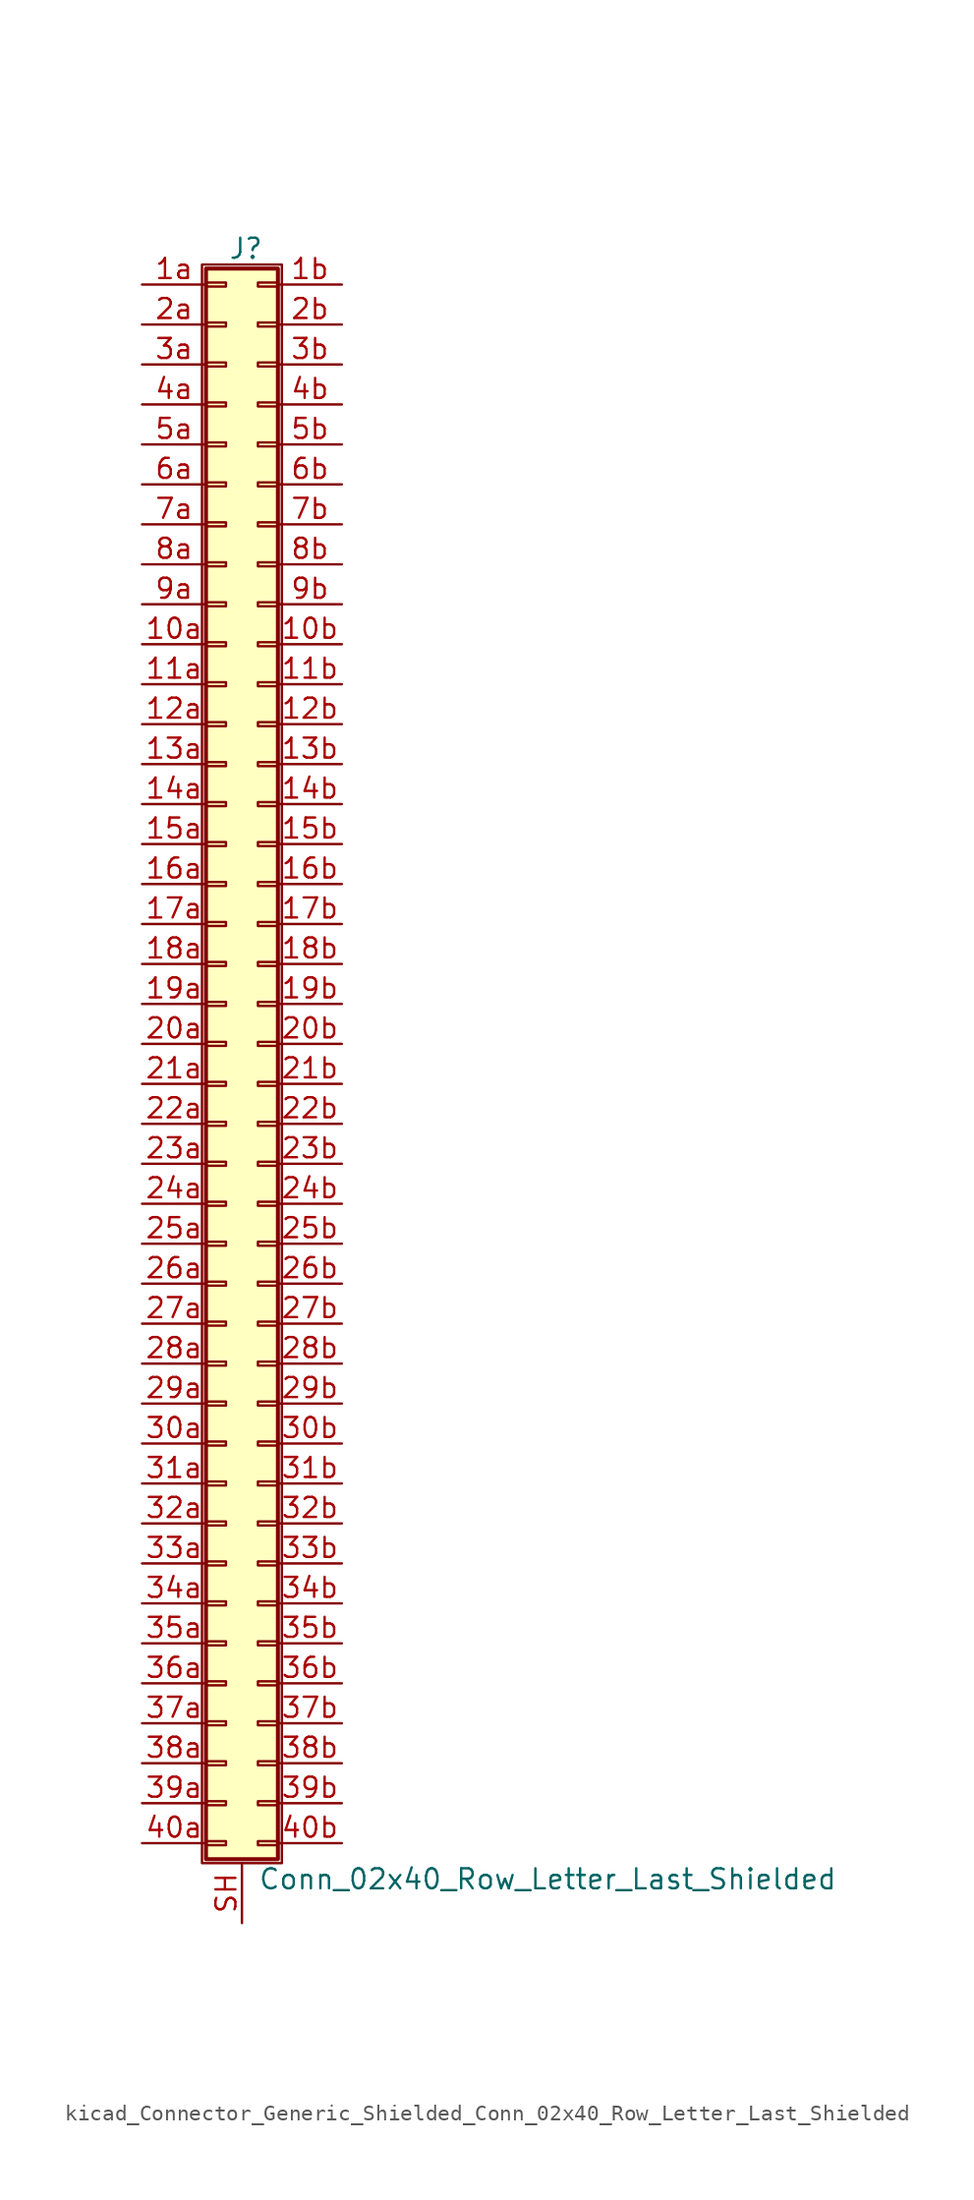
<source format=kicad_sym>
(kicad_symbol_lib
  (version 20220914)
  (generator kicad_symbol_editor)
  (symbol "kicad_Connector_Generic_Shielded_Conn_02x40_Row_Letter_Last_Shielded"
    (pin_names
      (offset 1.016) hide)
    (property "Reference" "J"
      (at 1.524 50.546 0)
      (effects (font (size 1.27 1.27))))
    (property "Value" "Conn_02x40_Row_Letter_Last_Shielded"
      (at 2.286 -53.086 0)
      (effects (font (size 1.27 1.27)) (justify left)))
    (symbol "kicad_Connector_Generic_Shielded_Conn_02x40_Row_Letter_Last_Shielded_1_1"
      (rectangle (start -1.27 49.53) (end 3.81 -52.07) (stroke (width 0.152) (type default)) (fill (type none)))
      (rectangle (start -1.016 -50.673) (end 0.254 -50.927) (stroke (width 0.152) (type default)) (fill (type none)))
      (rectangle (start -1.016 -48.133) (end 0.254 -48.387) (stroke (width 0.152) (type default)) (fill (type none)))
      (rectangle (start -1.016 -45.593) (end 0.254 -45.847) (stroke (width 0.152) (type default)) (fill (type none)))
      (rectangle (start -1.016 -43.053) (end 0.254 -43.307) (stroke (width 0.152) (type default)) (fill (type none)))
      (rectangle (start -1.016 -40.513) (end 0.254 -40.767) (stroke (width 0.152) (type default)) (fill (type none)))
      (rectangle (start -1.016 -37.973) (end 0.254 -38.227) (stroke (width 0.152) (type default)) (fill (type none)))
      (rectangle (start -1.016 -35.433) (end 0.254 -35.687) (stroke (width 0.152) (type default)) (fill (type none)))
      (rectangle (start -1.016 -32.893) (end 0.254 -33.147) (stroke (width 0.152) (type default)) (fill (type none)))
      (rectangle (start -1.016 -30.353) (end 0.254 -30.607) (stroke (width 0.152) (type default)) (fill (type none)))
      (rectangle (start -1.016 -27.813) (end 0.254 -28.067) (stroke (width 0.152) (type default)) (fill (type none)))
      (rectangle (start -1.016 -25.273) (end 0.254 -25.527) (stroke (width 0.152) (type default)) (fill (type none)))
      (rectangle (start -1.016 -22.733) (end 0.254 -22.987) (stroke (width 0.152) (type default)) (fill (type none)))
      (rectangle (start -1.016 -20.193) (end 0.254 -20.447) (stroke (width 0.152) (type default)) (fill (type none)))
      (rectangle (start -1.016 -17.653) (end 0.254 -17.907) (stroke (width 0.152) (type default)) (fill (type none)))
      (rectangle (start -1.016 -15.113) (end 0.254 -15.367) (stroke (width 0.152) (type default)) (fill (type none)))
      (rectangle (start -1.016 -12.573) (end 0.254 -12.827) (stroke (width 0.152) (type default)) (fill (type none)))
      (rectangle (start -1.016 -10.033) (end 0.254 -10.287) (stroke (width 0.152) (type default)) (fill (type none)))
      (rectangle (start -1.016 -7.493) (end 0.254 -7.747) (stroke (width 0.152) (type default)) (fill (type none)))
      (rectangle (start -1.016 -4.953) (end 0.254 -5.207) (stroke (width 0.152) (type default)) (fill (type none)))
      (rectangle (start -1.016 -2.413) (end 0.254 -2.667) (stroke (width 0.152) (type default)) (fill (type none)))
      (rectangle (start -1.016 0.127) (end 0.254 -0.127) (stroke (width 0.152) (type default)) (fill (type none)))
      (rectangle (start -1.016 2.667) (end 0.254 2.413) (stroke (width 0.152) (type default)) (fill (type none)))
      (rectangle (start -1.016 5.207) (end 0.254 4.953) (stroke (width 0.152) (type default)) (fill (type none)))
      (rectangle (start -1.016 7.747) (end 0.254 7.493) (stroke (width 0.152) (type default)) (fill (type none)))
      (rectangle (start -1.016 10.287) (end 0.254 10.033) (stroke (width 0.152) (type default)) (fill (type none)))
      (rectangle (start -1.016 12.827) (end 0.254 12.573) (stroke (width 0.152) (type default)) (fill (type none)))
      (rectangle (start -1.016 15.367) (end 0.254 15.113) (stroke (width 0.152) (type default)) (fill (type none)))
      (rectangle (start -1.016 17.907) (end 0.254 17.653) (stroke (width 0.152) (type default)) (fill (type none)))
      (rectangle (start -1.016 20.447) (end 0.254 20.193) (stroke (width 0.152) (type default)) (fill (type none)))
      (rectangle (start -1.016 22.987) (end 0.254 22.733) (stroke (width 0.152) (type default)) (fill (type none)))
      (rectangle (start -1.016 25.527) (end 0.254 25.273) (stroke (width 0.152) (type default)) (fill (type none)))
      (rectangle (start -1.016 28.067) (end 0.254 27.813) (stroke (width 0.152) (type default)) (fill (type none)))
      (rectangle (start -1.016 30.607) (end 0.254 30.353) (stroke (width 0.152) (type default)) (fill (type none)))
      (rectangle (start -1.016 33.147) (end 0.254 32.893) (stroke (width 0.152) (type default)) (fill (type none)))
      (rectangle (start -1.016 35.687) (end 0.254 35.433) (stroke (width 0.152) (type default)) (fill (type none)))
      (rectangle (start -1.016 38.227) (end 0.254 37.973) (stroke (width 0.152) (type default)) (fill (type none)))
      (rectangle (start -1.016 40.767) (end 0.254 40.513) (stroke (width 0.152) (type default)) (fill (type none)))
      (rectangle (start -1.016 43.307) (end 0.254 43.053) (stroke (width 0.152) (type default)) (fill (type none)))
      (rectangle (start -1.016 45.847) (end 0.254 45.593) (stroke (width 0.152) (type default)) (fill (type none)))
      (rectangle (start -1.016 48.387) (end 0.254 48.133) (stroke (width 0.152) (type default)) (fill (type none)))
      (rectangle (start -1.016 49.276) (end 3.556 -51.816) (stroke (width 0.254) (type default)) (fill (type background)))
      (rectangle (start 3.556 -50.673) (end 2.286 -50.927) (stroke (width 0.152) (type default)) (fill (type none)))
      (rectangle (start 3.556 -48.133) (end 2.286 -48.387) (stroke (width 0.152) (type default)) (fill (type none)))
      (rectangle (start 3.556 -45.593) (end 2.286 -45.847) (stroke (width 0.152) (type default)) (fill (type none)))
      (rectangle (start 3.556 -43.053) (end 2.286 -43.307) (stroke (width 0.152) (type default)) (fill (type none)))
      (rectangle (start 3.556 -40.513) (end 2.286 -40.767) (stroke (width 0.152) (type default)) (fill (type none)))
      (rectangle (start 3.556 -37.973) (end 2.286 -38.227) (stroke (width 0.152) (type default)) (fill (type none)))
      (rectangle (start 3.556 -35.433) (end 2.286 -35.687) (stroke (width 0.152) (type default)) (fill (type none)))
      (rectangle (start 3.556 -32.893) (end 2.286 -33.147) (stroke (width 0.152) (type default)) (fill (type none)))
      (rectangle (start 3.556 -30.353) (end 2.286 -30.607) (stroke (width 0.152) (type default)) (fill (type none)))
      (rectangle (start 3.556 -27.813) (end 2.286 -28.067) (stroke (width 0.152) (type default)) (fill (type none)))
      (rectangle (start 3.556 -25.273) (end 2.286 -25.527) (stroke (width 0.152) (type default)) (fill (type none)))
      (rectangle (start 3.556 -22.733) (end 2.286 -22.987) (stroke (width 0.152) (type default)) (fill (type none)))
      (rectangle (start 3.556 -20.193) (end 2.286 -20.447) (stroke (width 0.152) (type default)) (fill (type none)))
      (rectangle (start 3.556 -17.653) (end 2.286 -17.907) (stroke (width 0.152) (type default)) (fill (type none)))
      (rectangle (start 3.556 -15.113) (end 2.286 -15.367) (stroke (width 0.152) (type default)) (fill (type none)))
      (rectangle (start 3.556 -12.573) (end 2.286 -12.827) (stroke (width 0.152) (type default)) (fill (type none)))
      (rectangle (start 3.556 -10.033) (end 2.286 -10.287) (stroke (width 0.152) (type default)) (fill (type none)))
      (rectangle (start 3.556 -7.493) (end 2.286 -7.747) (stroke (width 0.152) (type default)) (fill (type none)))
      (rectangle (start 3.556 -4.953) (end 2.286 -5.207) (stroke (width 0.152) (type default)) (fill (type none)))
      (rectangle (start 3.556 -2.413) (end 2.286 -2.667) (stroke (width 0.152) (type default)) (fill (type none)))
      (rectangle (start 3.556 0.127) (end 2.286 -0.127) (stroke (width 0.152) (type default)) (fill (type none)))
      (rectangle (start 3.556 2.667) (end 2.286 2.413) (stroke (width 0.152) (type default)) (fill (type none)))
      (rectangle (start 3.556 5.207) (end 2.286 4.953) (stroke (width 0.152) (type default)) (fill (type none)))
      (rectangle (start 3.556 7.747) (end 2.286 7.493) (stroke (width 0.152) (type default)) (fill (type none)))
      (rectangle (start 3.556 10.287) (end 2.286 10.033) (stroke (width 0.152) (type default)) (fill (type none)))
      (rectangle (start 3.556 12.827) (end 2.286 12.573) (stroke (width 0.152) (type default)) (fill (type none)))
      (rectangle (start 3.556 15.367) (end 2.286 15.113) (stroke (width 0.152) (type default)) (fill (type none)))
      (rectangle (start 3.556 17.907) (end 2.286 17.653) (stroke (width 0.152) (type default)) (fill (type none)))
      (rectangle (start 3.556 20.447) (end 2.286 20.193) (stroke (width 0.152) (type default)) (fill (type none)))
      (rectangle (start 3.556 22.987) (end 2.286 22.733) (stroke (width 0.152) (type default)) (fill (type none)))
      (rectangle (start 3.556 25.527) (end 2.286 25.273) (stroke (width 0.152) (type default)) (fill (type none)))
      (rectangle (start 3.556 28.067) (end 2.286 27.813) (stroke (width 0.152) (type default)) (fill (type none)))
      (rectangle (start 3.556 30.607) (end 2.286 30.353) (stroke (width 0.152) (type default)) (fill (type none)))
      (rectangle (start 3.556 33.147) (end 2.286 32.893) (stroke (width 0.152) (type default)) (fill (type none)))
      (rectangle (start 3.556 35.687) (end 2.286 35.433) (stroke (width 0.152) (type default)) (fill (type none)))
      (rectangle (start 3.556 38.227) (end 2.286 37.973) (stroke (width 0.152) (type default)) (fill (type none)))
      (rectangle (start 3.556 40.767) (end 2.286 40.513) (stroke (width 0.152) (type default)) (fill (type none)))
      (rectangle (start 3.556 43.307) (end 2.286 43.053) (stroke (width 0.152) (type default)) (fill (type none)))
      (rectangle (start 3.556 45.847) (end 2.286 45.593) (stroke (width 0.152) (type default)) (fill (type none)))
      (rectangle (start 3.556 48.387) (end 2.286 48.133) (stroke (width 0.152) (type default)) (fill (type none)))
      (pin passive line (at -5.08 25.4 0) (length 4.064) (name "Pin_10a" (effects (font (size 1.27 1.27)))) (number "10a" (effects (font (size 1.27 1.27)))))
      (pin passive line (at 7.62 25.4 180) (length 4.064) (name "Pin_10b" (effects (font (size 1.27 1.27)))) (number "10b" (effects (font (size 1.27 1.27)))))
      (pin passive line (at -5.08 22.86 0) (length 4.064) (name "Pin_11a" (effects (font (size 1.27 1.27)))) (number "11a" (effects (font (size 1.27 1.27)))))
      (pin passive line (at 7.62 22.86 180) (length 4.064) (name "Pin_11b" (effects (font (size 1.27 1.27)))) (number "11b" (effects (font (size 1.27 1.27)))))
      (pin passive line (at -5.08 20.32 0) (length 4.064) (name "Pin_12a" (effects (font (size 1.27 1.27)))) (number "12a" (effects (font (size 1.27 1.27)))))
      (pin passive line (at 7.62 20.32 180) (length 4.064) (name "Pin_12b" (effects (font (size 1.27 1.27)))) (number "12b" (effects (font (size 1.27 1.27)))))
      (pin passive line (at -5.08 17.78 0) (length 4.064) (name "Pin_13a" (effects (font (size 1.27 1.27)))) (number "13a" (effects (font (size 1.27 1.27)))))
      (pin passive line (at 7.62 17.78 180) (length 4.064) (name "Pin_13b" (effects (font (size 1.27 1.27)))) (number "13b" (effects (font (size 1.27 1.27)))))
      (pin passive line (at -5.08 15.24 0) (length 4.064) (name "Pin_14a" (effects (font (size 1.27 1.27)))) (number "14a" (effects (font (size 1.27 1.27)))))
      (pin passive line (at 7.62 15.24 180) (length 4.064) (name "Pin_14b" (effects (font (size 1.27 1.27)))) (number "14b" (effects (font (size 1.27 1.27)))))
      (pin passive line (at -5.08 12.7 0) (length 4.064) (name "Pin_15a" (effects (font (size 1.27 1.27)))) (number "15a" (effects (font (size 1.27 1.27)))))
      (pin passive line (at 7.62 12.7 180) (length 4.064) (name "Pin_15b" (effects (font (size 1.27 1.27)))) (number "15b" (effects (font (size 1.27 1.27)))))
      (pin passive line (at -5.08 10.16 0) (length 4.064) (name "Pin_16a" (effects (font (size 1.27 1.27)))) (number "16a" (effects (font (size 1.27 1.27)))))
      (pin passive line (at 7.62 10.16 180) (length 4.064) (name "Pin_16b" (effects (font (size 1.27 1.27)))) (number "16b" (effects (font (size 1.27 1.27)))))
      (pin passive line (at -5.08 7.62 0) (length 4.064) (name "Pin_17a" (effects (font (size 1.27 1.27)))) (number "17a" (effects (font (size 1.27 1.27)))))
      (pin passive line (at 7.62 7.62 180) (length 4.064) (name "Pin_17b" (effects (font (size 1.27 1.27)))) (number "17b" (effects (font (size 1.27 1.27)))))
      (pin passive line (at -5.08 5.08 0) (length 4.064) (name "Pin_18a" (effects (font (size 1.27 1.27)))) (number "18a" (effects (font (size 1.27 1.27)))))
      (pin passive line (at 7.62 5.08 180) (length 4.064) (name "Pin_18b" (effects (font (size 1.27 1.27)))) (number "18b" (effects (font (size 1.27 1.27)))))
      (pin passive line (at -5.08 2.54 0) (length 4.064) (name "Pin_19a" (effects (font (size 1.27 1.27)))) (number "19a" (effects (font (size 1.27 1.27)))))
      (pin passive line (at 7.62 2.54 180) (length 4.064) (name "Pin_19b" (effects (font (size 1.27 1.27)))) (number "19b" (effects (font (size 1.27 1.27)))))
      (pin passive line (at -5.08 48.26 0) (length 4.064) (name "Pin_1a" (effects (font (size 1.27 1.27)))) (number "1a" (effects (font (size 1.27 1.27)))))
      (pin passive line (at 7.62 48.26 180) (length 4.064) (name "Pin_1b" (effects (font (size 1.27 1.27)))) (number "1b" (effects (font (size 1.27 1.27)))))
      (pin passive line (at -5.08 0 0) (length 4.064) (name "Pin_20a" (effects (font (size 1.27 1.27)))) (number "20a" (effects (font (size 1.27 1.27)))))
      (pin passive line (at 7.62 0 180) (length 4.064) (name "Pin_20b" (effects (font (size 1.27 1.27)))) (number "20b" (effects (font (size 1.27 1.27)))))
      (pin passive line (at -5.08 -2.54 0) (length 4.064) (name "Pin_21a" (effects (font (size 1.27 1.27)))) (number "21a" (effects (font (size 1.27 1.27)))))
      (pin passive line (at 7.62 -2.54 180) (length 4.064) (name "Pin_21b" (effects (font (size 1.27 1.27)))) (number "21b" (effects (font (size 1.27 1.27)))))
      (pin passive line (at -5.08 -5.08 0) (length 4.064) (name "Pin_22a" (effects (font (size 1.27 1.27)))) (number "22a" (effects (font (size 1.27 1.27)))))
      (pin passive line (at 7.62 -5.08 180) (length 4.064) (name "Pin_22b" (effects (font (size 1.27 1.27)))) (number "22b" (effects (font (size 1.27 1.27)))))
      (pin passive line (at -5.08 -7.62 0) (length 4.064) (name "Pin_23a" (effects (font (size 1.27 1.27)))) (number "23a" (effects (font (size 1.27 1.27)))))
      (pin passive line (at 7.62 -7.62 180) (length 4.064) (name "Pin_23b" (effects (font (size 1.27 1.27)))) (number "23b" (effects (font (size 1.27 1.27)))))
      (pin passive line (at -5.08 -10.16 0) (length 4.064) (name "Pin_24a" (effects (font (size 1.27 1.27)))) (number "24a" (effects (font (size 1.27 1.27)))))
      (pin passive line (at 7.62 -10.16 180) (length 4.064) (name "Pin_24b" (effects (font (size 1.27 1.27)))) (number "24b" (effects (font (size 1.27 1.27)))))
      (pin passive line (at -5.08 -12.7 0) (length 4.064) (name "Pin_25a" (effects (font (size 1.27 1.27)))) (number "25a" (effects (font (size 1.27 1.27)))))
      (pin passive line (at 7.62 -12.7 180) (length 4.064) (name "Pin_25b" (effects (font (size 1.27 1.27)))) (number "25b" (effects (font (size 1.27 1.27)))))
      (pin passive line (at -5.08 -15.24 0) (length 4.064) (name "Pin_26a" (effects (font (size 1.27 1.27)))) (number "26a" (effects (font (size 1.27 1.27)))))
      (pin passive line (at 7.62 -15.24 180) (length 4.064) (name "Pin_26b" (effects (font (size 1.27 1.27)))) (number "26b" (effects (font (size 1.27 1.27)))))
      (pin passive line (at -5.08 -17.78 0) (length 4.064) (name "Pin_27a" (effects (font (size 1.27 1.27)))) (number "27a" (effects (font (size 1.27 1.27)))))
      (pin passive line (at 7.62 -17.78 180) (length 4.064) (name "Pin_27b" (effects (font (size 1.27 1.27)))) (number "27b" (effects (font (size 1.27 1.27)))))
      (pin passive line (at -5.08 -20.32 0) (length 4.064) (name "Pin_28a" (effects (font (size 1.27 1.27)))) (number "28a" (effects (font (size 1.27 1.27)))))
      (pin passive line (at 7.62 -20.32 180) (length 4.064) (name "Pin_28b" (effects (font (size 1.27 1.27)))) (number "28b" (effects (font (size 1.27 1.27)))))
      (pin passive line (at -5.08 -22.86 0) (length 4.064) (name "Pin_29a" (effects (font (size 1.27 1.27)))) (number "29a" (effects (font (size 1.27 1.27)))))
      (pin passive line (at 7.62 -22.86 180) (length 4.064) (name "Pin_29b" (effects (font (size 1.27 1.27)))) (number "29b" (effects (font (size 1.27 1.27)))))
      (pin passive line (at -5.08 45.72 0) (length 4.064) (name "Pin_2a" (effects (font (size 1.27 1.27)))) (number "2a" (effects (font (size 1.27 1.27)))))
      (pin passive line (at 7.62 45.72 180) (length 4.064) (name "Pin_2b" (effects (font (size 1.27 1.27)))) (number "2b" (effects (font (size 1.27 1.27)))))
      (pin passive line (at -5.08 -25.4 0) (length 4.064) (name "Pin_30a" (effects (font (size 1.27 1.27)))) (number "30a" (effects (font (size 1.27 1.27)))))
      (pin passive line (at 7.62 -25.4 180) (length 4.064) (name "Pin_30b" (effects (font (size 1.27 1.27)))) (number "30b" (effects (font (size 1.27 1.27)))))
      (pin passive line (at -5.08 -27.94 0) (length 4.064) (name "Pin_31a" (effects (font (size 1.27 1.27)))) (number "31a" (effects (font (size 1.27 1.27)))))
      (pin passive line (at 7.62 -27.94 180) (length 4.064) (name "Pin_31b" (effects (font (size 1.27 1.27)))) (number "31b" (effects (font (size 1.27 1.27)))))
      (pin passive line (at -5.08 -30.48 0) (length 4.064) (name "Pin_32a" (effects (font (size 1.27 1.27)))) (number "32a" (effects (font (size 1.27 1.27)))))
      (pin passive line (at 7.62 -30.48 180) (length 4.064) (name "Pin_32b" (effects (font (size 1.27 1.27)))) (number "32b" (effects (font (size 1.27 1.27)))))
      (pin passive line (at -5.08 -33.02 0) (length 4.064) (name "Pin_33a" (effects (font (size 1.27 1.27)))) (number "33a" (effects (font (size 1.27 1.27)))))
      (pin passive line (at 7.62 -33.02 180) (length 4.064) (name "Pin_33b" (effects (font (size 1.27 1.27)))) (number "33b" (effects (font (size 1.27 1.27)))))
      (pin passive line (at -5.08 -35.56 0) (length 4.064) (name "Pin_34a" (effects (font (size 1.27 1.27)))) (number "34a" (effects (font (size 1.27 1.27)))))
      (pin passive line (at 7.62 -35.56 180) (length 4.064) (name "Pin_34b" (effects (font (size 1.27 1.27)))) (number "34b" (effects (font (size 1.27 1.27)))))
      (pin passive line (at -5.08 -38.1 0) (length 4.064) (name "Pin_35a" (effects (font (size 1.27 1.27)))) (number "35a" (effects (font (size 1.27 1.27)))))
      (pin passive line (at 7.62 -38.1 180) (length 4.064) (name "Pin_35b" (effects (font (size 1.27 1.27)))) (number "35b" (effects (font (size 1.27 1.27)))))
      (pin passive line (at -5.08 -40.64 0) (length 4.064) (name "Pin_36a" (effects (font (size 1.27 1.27)))) (number "36a" (effects (font (size 1.27 1.27)))))
      (pin passive line (at 7.62 -40.64 180) (length 4.064) (name "Pin_36b" (effects (font (size 1.27 1.27)))) (number "36b" (effects (font (size 1.27 1.27)))))
      (pin passive line (at -5.08 -43.18 0) (length 4.064) (name "Pin_37a" (effects (font (size 1.27 1.27)))) (number "37a" (effects (font (size 1.27 1.27)))))
      (pin passive line (at 7.62 -43.18 180) (length 4.064) (name "Pin_37b" (effects (font (size 1.27 1.27)))) (number "37b" (effects (font (size 1.27 1.27)))))
      (pin passive line (at -5.08 -45.72 0) (length 4.064) (name "Pin_38a" (effects (font (size 1.27 1.27)))) (number "38a" (effects (font (size 1.27 1.27)))))
      (pin passive line (at 7.62 -45.72 180) (length 4.064) (name "Pin_38b" (effects (font (size 1.27 1.27)))) (number "38b" (effects (font (size 1.27 1.27)))))
      (pin passive line (at -5.08 -48.26 0) (length 4.064) (name "Pin_39a" (effects (font (size 1.27 1.27)))) (number "39a" (effects (font (size 1.27 1.27)))))
      (pin passive line (at 7.62 -48.26 180) (length 4.064) (name "Pin_39b" (effects (font (size 1.27 1.27)))) (number "39b" (effects (font (size 1.27 1.27)))))
      (pin passive line (at -5.08 43.18 0) (length 4.064) (name "Pin_3a" (effects (font (size 1.27 1.27)))) (number "3a" (effects (font (size 1.27 1.27)))))
      (pin passive line (at 7.62 43.18 180) (length 4.064) (name "Pin_3b" (effects (font (size 1.27 1.27)))) (number "3b" (effects (font (size 1.27 1.27)))))
      (pin passive line (at -5.08 -50.8 0) (length 4.064) (name "Pin_40a" (effects (font (size 1.27 1.27)))) (number "40a" (effects (font (size 1.27 1.27)))))
      (pin passive line (at 7.62 -50.8 180) (length 4.064) (name "Pin_40b" (effects (font (size 1.27 1.27)))) (number "40b" (effects (font (size 1.27 1.27)))))
      (pin passive line (at -5.08 40.64 0) (length 4.064) (name "Pin_4a" (effects (font (size 1.27 1.27)))) (number "4a" (effects (font (size 1.27 1.27)))))
      (pin passive line (at 7.62 40.64 180) (length 4.064) (name "Pin_4b" (effects (font (size 1.27 1.27)))) (number "4b" (effects (font (size 1.27 1.27)))))
      (pin passive line (at -5.08 38.1 0) (length 4.064) (name "Pin_5a" (effects (font (size 1.27 1.27)))) (number "5a" (effects (font (size 1.27 1.27)))))
      (pin passive line (at 7.62 38.1 180) (length 4.064) (name "Pin_5b" (effects (font (size 1.27 1.27)))) (number "5b" (effects (font (size 1.27 1.27)))))
      (pin passive line (at -5.08 35.56 0) (length 4.064) (name "Pin_6a" (effects (font (size 1.27 1.27)))) (number "6a" (effects (font (size 1.27 1.27)))))
      (pin passive line (at 7.62 35.56 180) (length 4.064) (name "Pin_6b" (effects (font (size 1.27 1.27)))) (number "6b" (effects (font (size 1.27 1.27)))))
      (pin passive line (at -5.08 33.02 0) (length 4.064) (name "Pin_7a" (effects (font (size 1.27 1.27)))) (number "7a" (effects (font (size 1.27 1.27)))))
      (pin passive line (at 7.62 33.02 180) (length 4.064) (name "Pin_7b" (effects (font (size 1.27 1.27)))) (number "7b" (effects (font (size 1.27 1.27)))))
      (pin passive line (at -5.08 30.48 0) (length 4.064) (name "Pin_8a" (effects (font (size 1.27 1.27)))) (number "8a" (effects (font (size 1.27 1.27)))))
      (pin passive line (at 7.62 30.48 180) (length 4.064) (name "Pin_8b" (effects (font (size 1.27 1.27)))) (number "8b" (effects (font (size 1.27 1.27)))))
      (pin passive line (at -5.08 27.94 0) (length 4.064) (name "Pin_9a" (effects (font (size 1.27 1.27)))) (number "9a" (effects (font (size 1.27 1.27)))))
      (pin passive line (at 7.62 27.94 180) (length 4.064) (name "Pin_9b" (effects (font (size 1.27 1.27)))) (number "9b" (effects (font (size 1.27 1.27)))))
      (pin passive line (at 1.27 -55.88 90) (length 3.81) (name "Shield" (effects (font (size 1.27 1.27)))) (number "SH" (effects (font (size 1.27 1.27))))))))
</source>
